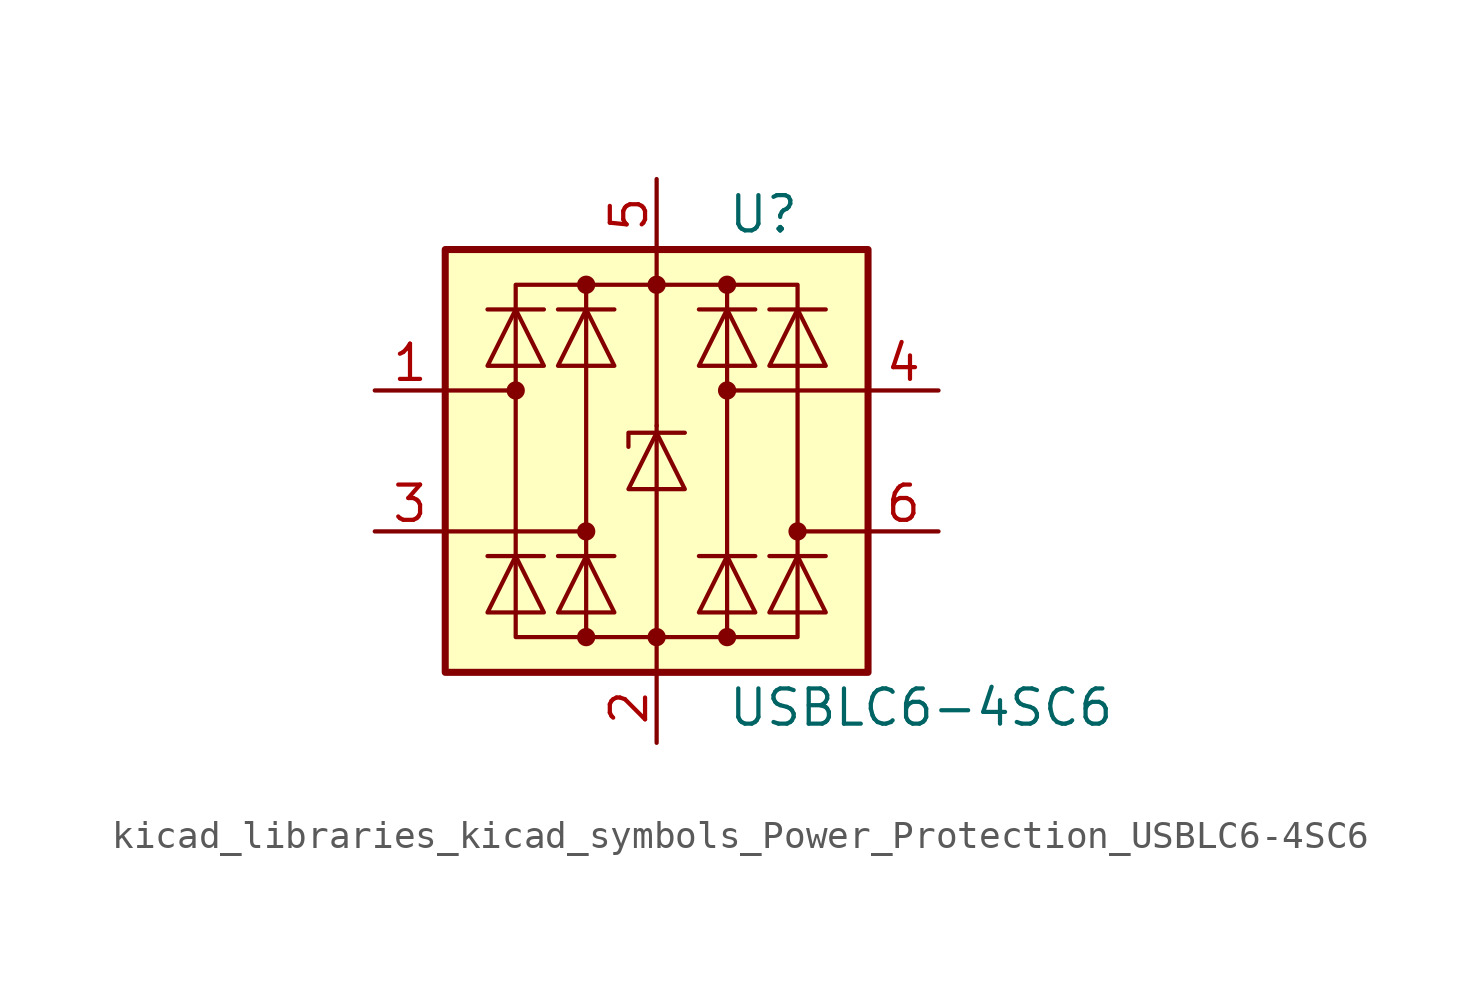
<source format=kicad_sym>
(kicad_symbol_lib
  (version 20220914)
  (generator kicad_symbol_editor)
  (symbol "kicad_libraries_kicad_symbols_Power_Protection_USBLC6-4SC6"
    (pin_names hide)
    (property "Reference" "U"
      (at 2.54 8.89 0)
      (effects (font (size 1.27 1.27)) (justify left)))
    (property "Value" "USBLC6-4SC6"
      (at 2.54 -8.89 0)
      (effects (font (size 1.27 1.27)) (justify left)))
    (symbol "kicad_libraries_kicad_symbols_Power_Protection_USBLC6-4SC6_0_1"
      (rectangle (start -7.62 -7.62) (end 7.62 7.62) (stroke (width 0.254) (type default)) (fill (type background)))
      (circle (center -5.08 2.54) (radius 0.254) (stroke (width 0) (type default)) (fill (type outline)))
      (circle (center -2.54 -6.35) (radius 0.254) (stroke (width 0) (type default)) (fill (type outline)))
      (circle (center -2.54 -2.54) (radius 0.254) (stroke (width 0) (type default)) (fill (type outline)))
      (circle (center -2.54 6.35) (radius 0.254) (stroke (width 0) (type default)) (fill (type outline)))
      (rectangle (start -2.54 6.35) (end 2.54 -6.35) (stroke (width 0) (type default)) (fill (type none)))
      (circle (center 0 -6.35) (radius 0.254) (stroke (width 0) (type default)) (fill (type outline)))
      (polyline (pts (xy -5.08 2.54) (xy -7.62 2.54)) (stroke (width 0) (type default)) (fill (type none)))
      (polyline (pts (xy -4.064 -3.429) (xy -6.096 -3.429)) (stroke (width 0) (type default)) (fill (type none)))
      (polyline (pts (xy -4.064 5.461) (xy -6.096 5.461)) (stroke (width 0) (type default)) (fill (type none)))
      (polyline (pts (xy -2.54 -2.54) (xy -7.62 -2.54)) (stroke (width 0) (type default)) (fill (type none)))
      (polyline (pts (xy -1.524 -3.429) (xy -3.556 -3.429)) (stroke (width 0) (type default)) (fill (type none)))
      (polyline (pts (xy -1.524 5.461) (xy -3.556 5.461)) (stroke (width 0) (type default)) (fill (type none)))
      (polyline (pts (xy 0 -7.62) (xy 0 -6.35)) (stroke (width 0) (type default)) (fill (type none)))
      (polyline (pts (xy 0 -6.35) (xy 0 1.27)) (stroke (width 0) (type default)) (fill (type none)))
      (polyline (pts (xy 0 1.27) (xy 0 6.35)) (stroke (width 0) (type default)) (fill (type none)))
      (polyline (pts (xy 0 6.35) (xy 0 7.62)) (stroke (width 0) (type default)) (fill (type none)))
      (polyline (pts (xy 1.524 -3.429) (xy 3.556 -3.429)) (stroke (width 0) (type default)) (fill (type none)))
      (polyline (pts (xy 1.524 5.461) (xy 3.556 5.461)) (stroke (width 0) (type default)) (fill (type none)))
      (polyline (pts (xy 2.54 2.54) (xy 7.62 2.54)) (stroke (width 0) (type default)) (fill (type none)))
      (polyline (pts (xy 4.064 -3.429) (xy 6.096 -3.429)) (stroke (width 0) (type default)) (fill (type none)))
      (polyline (pts (xy 4.064 5.461) (xy 6.096 5.461)) (stroke (width 0) (type default)) (fill (type none)))
      (polyline (pts (xy 5.08 -2.54) (xy 7.62 -2.54)) (stroke (width 0) (type default)) (fill (type none)))
      (polyline (pts (xy -6.096 -5.461) (xy -4.064 -5.461) (xy -5.08 -3.429) (xy -6.096 -5.461)) (stroke (width 0) (type default)) (fill (type none)))
      (polyline (pts (xy -6.096 3.429) (xy -4.064 3.429) (xy -5.08 5.461) (xy -6.096 3.429)) (stroke (width 0) (type default)) (fill (type none)))
      (polyline (pts (xy -3.556 -5.461) (xy -1.524 -5.461) (xy -2.54 -3.429) (xy -3.556 -5.461)) (stroke (width 0) (type default)) (fill (type none)))
      (polyline (pts (xy -3.556 3.429) (xy -1.524 3.429) (xy -2.54 5.461) (xy -3.556 3.429)) (stroke (width 0) (type default)) (fill (type none)))
      (polyline (pts (xy -2.54 6.35) (xy -5.08 6.35) (xy -5.08 -6.35) (xy -2.54 -6.35)) (stroke (width 0) (type default)) (fill (type none)))
      (polyline (pts (xy -1.016 -1.016) (xy 1.016 -1.016) (xy 0 1.016) (xy -1.016 -1.016)) (stroke (width 0) (type default)) (fill (type none)))
      (polyline (pts (xy 1.016 1.016) (xy 0.762 1.016) (xy -1.016 1.016) (xy -1.016 0.508)) (stroke (width 0) (type default)) (fill (type none)))
      (polyline (pts (xy 2.54 6.35) (xy 5.08 6.35) (xy 5.08 -6.35) (xy 2.54 -6.35)) (stroke (width 0) (type default)) (fill (type none)))
      (polyline (pts (xy 3.556 -5.461) (xy 1.524 -5.461) (xy 2.54 -3.429) (xy 3.556 -5.461)) (stroke (width 0) (type default)) (fill (type none)))
      (polyline (pts (xy 3.556 3.429) (xy 1.524 3.429) (xy 2.54 5.461) (xy 3.556 3.429)) (stroke (width 0) (type default)) (fill (type none)))
      (polyline (pts (xy 6.096 -5.461) (xy 4.064 -5.461) (xy 5.08 -3.429) (xy 6.096 -5.461)) (stroke (width 0) (type default)) (fill (type none)))
      (polyline (pts (xy 6.096 3.429) (xy 4.064 3.429) (xy 5.08 5.461) (xy 6.096 3.429)) (stroke (width 0) (type default)) (fill (type none)))
      (circle (center 0 6.35) (radius 0.254) (stroke (width 0) (type default)) (fill (type outline)))
      (circle (center 2.54 -6.35) (radius 0.254) (stroke (width 0) (type default)) (fill (type outline)))
      (circle (center 2.54 2.54) (radius 0.254) (stroke (width 0) (type default)) (fill (type outline)))
      (circle (center 2.54 6.35) (radius 0.254) (stroke (width 0) (type default)) (fill (type outline)))
      (circle (center 5.08 -2.54) (radius 0.254) (stroke (width 0) (type default)) (fill (type outline))))
    (symbol "kicad_libraries_kicad_symbols_Power_Protection_USBLC6-4SC6_1_1"
      (pin passive line (at -10.16 2.54 0) (length 2.54) (name "I/O1" (effects (font (size 1.27 1.27)))) (number "1" (effects (font (size 1.27 1.27)))))
      (pin passive line (at 0 -10.16 90) (length 2.54) (name "GND" (effects (font (size 1.27 1.27)))) (number "2" (effects (font (size 1.27 1.27)))))
      (pin passive line (at -10.16 -2.54 0) (length 2.54) (name "I/O2" (effects (font (size 1.27 1.27)))) (number "3" (effects (font (size 1.27 1.27)))))
      (pin passive line (at 10.16 2.54 180) (length 2.54) (name "I/O3" (effects (font (size 1.27 1.27)))) (number "4" (effects (font (size 1.27 1.27)))))
      (pin passive line (at 0 10.16 270) (length 2.54) (name "VBUS" (effects (font (size 1.27 1.27)))) (number "5" (effects (font (size 1.27 1.27)))))
      (pin passive line (at 10.16 -2.54 180) (length 2.54) (name "I/O4" (effects (font (size 1.27 1.27)))) (number "6" (effects (font (size 1.27 1.27))))))))
</source>
